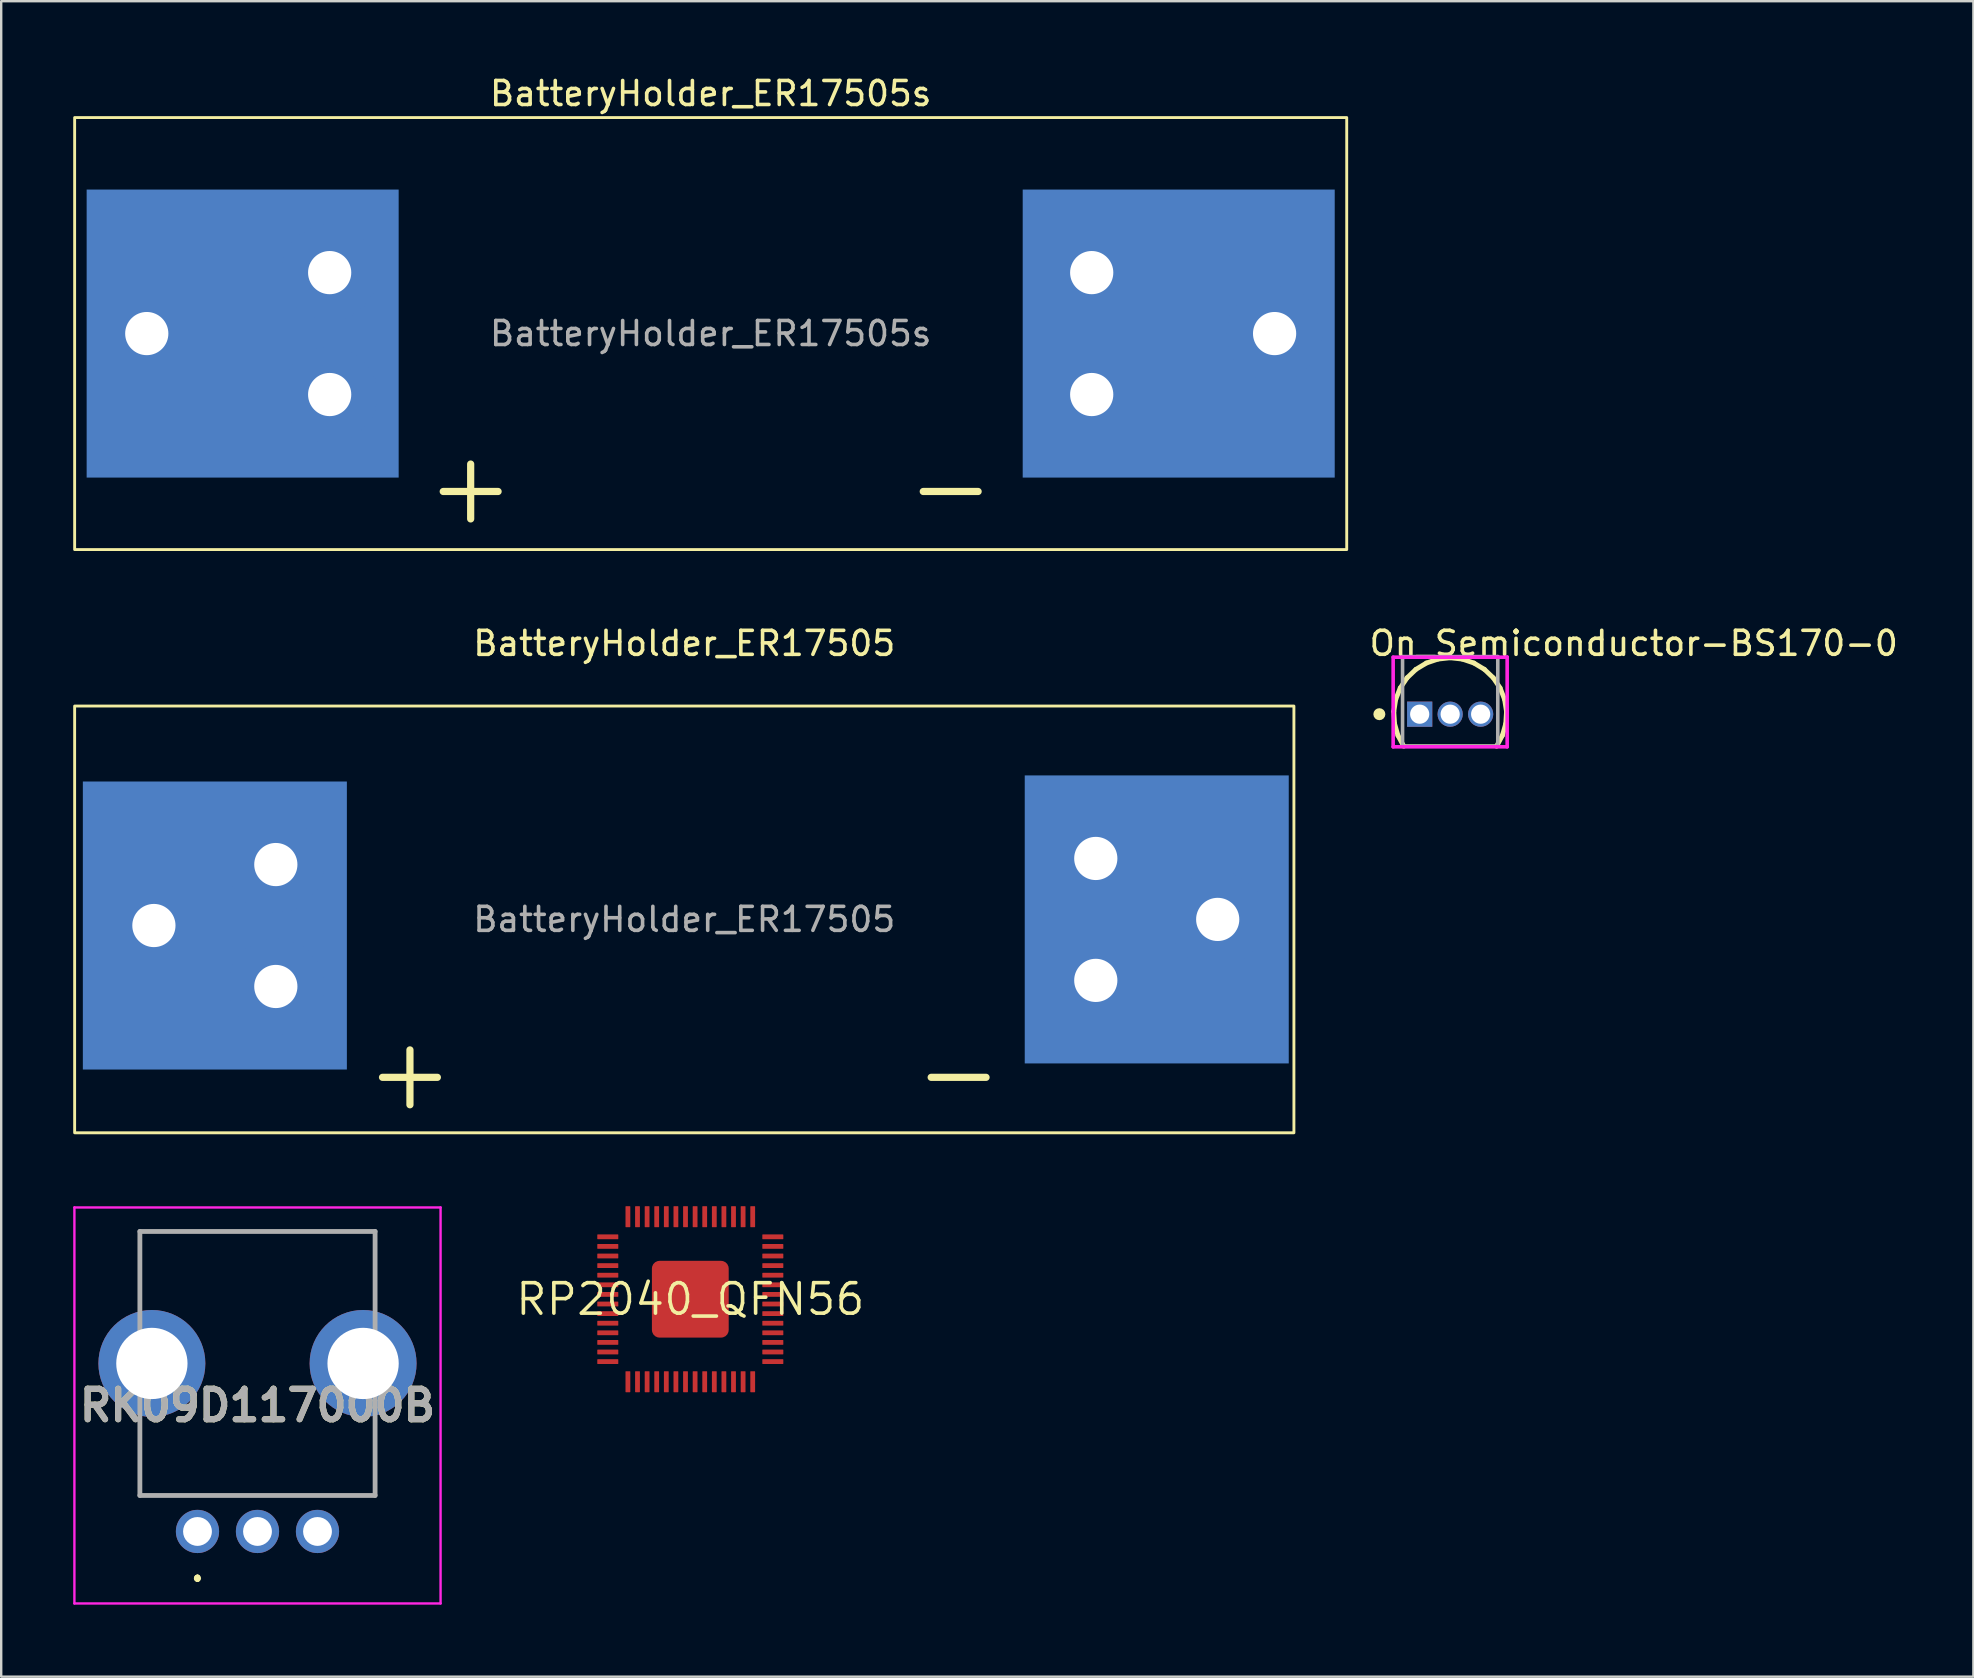
<source format=kicad_pcb>
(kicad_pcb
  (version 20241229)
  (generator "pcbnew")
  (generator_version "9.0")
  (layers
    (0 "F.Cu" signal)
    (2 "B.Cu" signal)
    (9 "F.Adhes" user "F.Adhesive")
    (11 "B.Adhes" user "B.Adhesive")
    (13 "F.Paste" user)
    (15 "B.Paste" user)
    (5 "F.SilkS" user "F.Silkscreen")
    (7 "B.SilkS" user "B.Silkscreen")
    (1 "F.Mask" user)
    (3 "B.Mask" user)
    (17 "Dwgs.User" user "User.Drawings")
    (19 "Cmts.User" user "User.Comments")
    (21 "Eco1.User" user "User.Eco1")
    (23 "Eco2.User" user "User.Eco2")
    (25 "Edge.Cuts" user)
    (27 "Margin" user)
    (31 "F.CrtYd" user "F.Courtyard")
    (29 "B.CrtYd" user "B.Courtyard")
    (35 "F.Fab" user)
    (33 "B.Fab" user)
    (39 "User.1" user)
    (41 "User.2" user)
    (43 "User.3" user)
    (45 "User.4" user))
  (footprint "On_Semiconductor-BS170-0"
    (layer "F.Cu")
    (at 57.37 26.706)
    (property "Reference" "On_Semiconductor-BS170-0" (at -3.45 -2.95 0) (layer "F.SilkS") (effects (font (size 1 1) (thickness 0.15)) (justify left)))
    (attr through_hole)
    (fp_line (start -2.347 -0.113) (end -2.316 0.396) (stroke (width 0.2) (type solid)) (layer "F.SilkS"))
    (fp_line (start -2.316 0.396) (end -2.176 0.887) (stroke (width 0.2) (type solid)) (layer "F.SilkS"))
    (fp_line (start -2.268 -0.617) (end -2.347 -0.113) (stroke (width 0.2) (type solid)) (layer "F.SilkS"))
    (fp_line (start -2.176 0.887) (end -1.934 1.335) (stroke (width 0.2) (type solid)) (layer "F.SilkS"))
    (fp_line (start -2.081 -1.092) (end -2.268 -0.617) (stroke (width 0.2) (type solid)) (layer "F.SilkS"))
    (fp_line (start -1.934 1.335) (end 1.934 1.335) (stroke (width 0.15) (type solid)) (layer "F.SilkS"))
    (fp_line (start -1.796 -1.515) (end -2.081 -1.092) (stroke (width 0.2) (type solid)) (layer "F.SilkS"))
    (fp_line (start -1.427 -1.867) (end -1.796 -1.515) (stroke (width 0.2) (type solid)) (layer "F.SilkS"))
    (fp_line (start -0.991 -2.131) (end -1.427 -1.867) (stroke (width 0.2) (type solid)) (layer "F.SilkS"))
    (fp_line (start -0.507 -2.295) (end -0.991 -2.131) (stroke (width 0.2) (type solid)) (layer "F.SilkS"))
    (fp_line (start -0.000192 -2.35) (end -0.507 -2.295) (stroke (width 0.2) (type solid)) (layer "F.SilkS"))
    (fp_line (start 0.507 -2.295) (end -0.000192 -2.35) (stroke (width 0.2) (type solid)) (layer "F.SilkS"))
    (fp_line (start 0.99 -2.131) (end 0.507 -2.295) (stroke (width 0.2) (type solid)) (layer "F.SilkS"))
    (fp_line (start 1.427 -1.867) (end 0.99 -2.131) (stroke (width 0.2) (type solid)) (layer "F.SilkS"))
    (fp_line (start 1.796 -1.515) (end 1.427 -1.867) (stroke (width 0.2) (type solid)) (layer "F.SilkS"))
    (fp_line (start 1.934 1.335) (end 2.176 0.886) (stroke (width 0.2) (type solid)) (layer "F.SilkS"))
    (fp_line (start 2.081 -1.092) (end 1.796 -1.515) (stroke (width 0.2) (type solid)) (layer "F.SilkS"))
    (fp_line (start 2.176 0.886) (end 2.316 0.396) (stroke (width 0.2) (type solid)) (layer "F.SilkS"))
    (fp_line (start 2.267 -0.617) (end 2.081 -1.092) (stroke (width 0.2) (type solid)) (layer "F.SilkS"))
    (fp_line (start 2.316 0.396) (end 2.347 -0.113) (stroke (width 0.2) (type solid)) (layer "F.SilkS"))
    (fp_line (start 2.347 -0.113) (end 2.267 -0.617) (stroke (width 0.2) (type solid)) (layer "F.SilkS"))
    (fp_circle (center -2.95 0) (end -2.825 0) (stroke (width 0.25) (type solid)) (fill no) (layer "F.SilkS"))
    (fp_line (start -2.375 -2.375) (end -2.375 1.36) (stroke (width 0.15) (type solid)) (layer "F.CrtYd"))
    (fp_line (start -2.375 1.36) (end 2.375 1.36) (stroke (width 0.15) (type solid)) (layer "F.CrtYd"))
    (fp_line (start 2.375 -2.375) (end -2.375 -2.375) (stroke (width 0.15) (type solid)) (layer "F.CrtYd"))
    (fp_line (start 2.375 -2.375) (end 2.375 -2.375) (stroke (width 0.15) (type solid)) (layer "F.CrtYd"))
    (fp_line (start 2.375 1.36) (end 2.375 -2.375) (stroke (width 0.15) (type solid)) (layer "F.CrtYd"))
    (fp_line (start -1.984 -2.4) (end 1.984 -2.4) (stroke (width 0.15) (type solid)) (layer "F.Fab"))
    (fp_line (start -1.984 1.335) (end -1.984 -2.4) (stroke (width 0.15) (type solid)) (layer "F.Fab"))
    (fp_line (start 1.984 -2.4) (end 1.984 1.335) (stroke (width 0.15) (type solid)) (layer "F.Fab"))
    (fp_line (start 1.984 1.335) (end -1.984 1.335) (stroke (width 0.15) (type solid)) (layer "F.Fab"))
    (pad "1" thru_hole rect (at -1.27 0 180) (size 1.05 1.05) (drill 0.8) (layers "*.Cu" "*.Mask"))
    (pad "2" thru_hole circle (at 0 0 180) (size 1.05 1.05) (drill 0.8) (layers "*.Cu" "*.Mask"))
    (pad "3" thru_hole circle (at 1.27 0 180) (size 1.05 1.05) (drill 0.8) (layers "*.Cu" "*.Mask")))
  (footprint "RP2040_QFN56"
    (layer "F.Cu")
    (at 25.711 51.081)
    (property "Reference" "RP2040_QFN56" (at 0 0 0) (layer "F.SilkS") (effects (font (size 1.27 1.27) (thickness 0.15))))
    (pad "1" smd roundrect (at -3.438 -2.6) (size 0.875 0.2) (layers "F.Cu" "F.Mask" "F.Paste") (roundrect_rratio 0.1))
    (pad "2" smd roundrect (at -3.438 -2.2) (size 0.875 0.2) (layers "F.Cu" "F.Mask" "F.Paste") (roundrect_rratio 0.1))
    (pad "3" smd roundrect (at -3.438 -1.8) (size 0.875 0.2) (layers "F.Cu" "F.Mask" "F.Paste") (roundrect_rratio 0.1))
    (pad "4" smd roundrect (at -3.438 -1.4) (size 0.875 0.2) (layers "F.Cu" "F.Mask" "F.Paste") (roundrect_rratio 0.1))
    (pad "5" smd roundrect (at -3.438 -1) (size 0.875 0.2) (layers "F.Cu" "F.Mask" "F.Paste") (roundrect_rratio 0.1))
    (pad "6" smd roundrect (at -3.438 -0.6) (size 0.875 0.2) (layers "F.Cu" "F.Mask" "F.Paste") (roundrect_rratio 0.1))
    (pad "7" smd roundrect (at -3.438 -0.2) (size 0.875 0.2) (layers "F.Cu" "F.Mask" "F.Paste") (roundrect_rratio 0.1))
    (pad "8" smd roundrect (at -3.438 0.2) (size 0.875 0.2) (layers "F.Cu" "F.Mask" "F.Paste") (roundrect_rratio 0.1))
    (pad "9" smd roundrect (at -3.438 0.6) (size 0.875 0.2) (layers "F.Cu" "F.Mask" "F.Paste") (roundrect_rratio 0.1))
    (pad "10" smd roundrect (at -3.438 1) (size 0.875 0.2) (layers "F.Cu" "F.Mask" "F.Paste") (roundrect_rratio 0.1))
    (pad "11" smd roundrect (at -3.438 1.4) (size 0.875 0.2) (layers "F.Cu" "F.Mask" "F.Paste") (roundrect_rratio 0.1))
    (pad "12" smd roundrect (at -3.438 1.8) (size 0.875 0.2) (layers "F.Cu" "F.Mask" "F.Paste") (roundrect_rratio 0.1))
    (pad "13" smd roundrect (at -3.438 2.2) (size 0.875 0.2) (layers "F.Cu" "F.Mask" "F.Paste") (roundrect_rratio 0.1))
    (pad "14" smd roundrect (at -3.438 2.6) (size 0.875 0.2) (layers "F.Cu" "F.Mask" "F.Paste") (roundrect_rratio 0.1))
    (pad "15" smd roundrect (at -2.6 3.438 90) (size 0.875 0.2) (layers "F.Cu" "F.Mask" "F.Paste") (roundrect_rratio 0.1))
    (pad "16" smd roundrect (at -2.2 3.438 90) (size 0.875 0.2) (layers "F.Cu" "F.Mask" "F.Paste") (roundrect_rratio 0.1))
    (pad "17" smd roundrect (at -1.8 3.438 90) (size 0.875 0.2) (layers "F.Cu" "F.Mask" "F.Paste") (roundrect_rratio 0.1))
    (pad "18" smd roundrect (at -1.4 3.438 90) (size 0.875 0.2) (layers "F.Cu" "F.Mask" "F.Paste") (roundrect_rratio 0.1))
    (pad "19" smd roundrect (at -1 3.438 90) (size 0.875 0.2) (layers "F.Cu" "F.Mask" "F.Paste") (roundrect_rratio 0.1))
    (pad "20" smd roundrect (at -0.6 3.438 90) (size 0.875 0.2) (layers "F.Cu" "F.Mask" "F.Paste") (roundrect_rratio 0.1))
    (pad "21" smd roundrect (at -0.2 3.438 90) (size 0.875 0.2) (layers "F.Cu" "F.Mask" "F.Paste") (roundrect_rratio 0.1))
    (pad "22" smd roundrect (at 0.2 3.438 90) (size 0.875 0.2) (layers "F.Cu" "F.Mask" "F.Paste") (roundrect_rratio 0.1))
    (pad "23" smd roundrect (at 0.6 3.438 90) (size 0.875 0.2) (layers "F.Cu" "F.Mask" "F.Paste") (roundrect_rratio 0.1))
    (pad "24" smd roundrect (at 1 3.438 90) (size 0.875 0.2) (layers "F.Cu" "F.Mask" "F.Paste") (roundrect_rratio 0.1))
    (pad "25" smd roundrect (at 1.4 3.438 90) (size 0.875 0.2) (layers "F.Cu" "F.Mask" "F.Paste") (roundrect_rratio 0.1))
    (pad "26" smd roundrect (at 1.8 3.438 90) (size 0.875 0.2) (layers "F.Cu" "F.Mask" "F.Paste") (roundrect_rratio 0.1))
    (pad "27" smd roundrect (at 2.2 3.438 90) (size 0.875 0.2) (layers "F.Cu" "F.Mask" "F.Paste") (roundrect_rratio 0.1))
    (pad "28" smd roundrect (at 2.6 3.438 90) (size 0.875 0.2) (layers "F.Cu" "F.Mask" "F.Paste") (roundrect_rratio 0.1))
    (pad "29" smd roundrect (at 3.438 2.6 180) (size 0.875 0.2) (layers "F.Cu" "F.Mask" "F.Paste") (roundrect_rratio 0.1))
    (pad "30" smd roundrect (at 3.438 2.2 180) (size 0.875 0.2) (layers "F.Cu" "F.Mask" "F.Paste") (roundrect_rratio 0.1))
    (pad "31" smd roundrect (at 3.438 1.8 180) (size 0.875 0.2) (layers "F.Cu" "F.Mask" "F.Paste") (roundrect_rratio 0.1))
    (pad "32" smd roundrect (at 3.438 1.4 180) (size 0.875 0.2) (layers "F.Cu" "F.Mask" "F.Paste") (roundrect_rratio 0.1))
    (pad "33" smd roundrect (at 3.438 1 180) (size 0.875 0.2) (layers "F.Cu" "F.Mask" "F.Paste") (roundrect_rratio 0.1))
    (pad "34" smd roundrect (at 3.438 0.6 180) (size 0.875 0.2) (layers "F.Cu" "F.Mask" "F.Paste") (roundrect_rratio 0.1))
    (pad "35" smd roundrect (at 3.438 0.2 180) (size 0.875 0.2) (layers "F.Cu" "F.Mask" "F.Paste") (roundrect_rratio 0.1))
    (pad "36" smd roundrect (at 3.438 -0.2 180) (size 0.875 0.2) (layers "F.Cu" "F.Mask" "F.Paste") (roundrect_rratio 0.1))
    (pad "37" smd roundrect (at 3.438 -0.6 180) (size 0.875 0.2) (layers "F.Cu" "F.Mask" "F.Paste") (roundrect_rratio 0.1))
    (pad "38" smd roundrect (at 3.438 -1 180) (size 0.875 0.2) (layers "F.Cu" "F.Mask" "F.Paste") (roundrect_rratio 0.1))
    (pad "39" smd roundrect (at 3.438 -1.4 180) (size 0.875 0.2) (layers "F.Cu" "F.Mask" "F.Paste") (roundrect_rratio 0.1))
    (pad "40" smd roundrect (at 3.438 -1.8 180) (size 0.875 0.2) (layers "F.Cu" "F.Mask" "F.Paste") (roundrect_rratio 0.1))
    (pad "41" smd roundrect (at 3.438 -2.2 180) (size 0.875 0.2) (layers "F.Cu" "F.Mask" "F.Paste") (roundrect_rratio 0.1))
    (pad "42" smd roundrect (at 3.438 -2.6 180) (size 0.875 0.2) (layers "F.Cu" "F.Mask" "F.Paste") (roundrect_rratio 0.1))
    (pad "43" smd roundrect (at 2.6 -3.438 270) (size 0.875 0.2) (layers "F.Cu" "F.Mask" "F.Paste") (roundrect_rratio 0.1))
    (pad "44" smd roundrect (at 2.2 -3.438 270) (size 0.875 0.2) (layers "F.Cu" "F.Mask" "F.Paste") (roundrect_rratio 0.1))
    (pad "45" smd roundrect (at 1.8 -3.438 270) (size 0.875 0.2) (layers "F.Cu" "F.Mask" "F.Paste") (roundrect_rratio 0.1))
    (pad "46" smd roundrect (at 1.4 -3.438 270) (size 0.875 0.2) (layers "F.Cu" "F.Mask" "F.Paste") (roundrect_rratio 0.1))
    (pad "47" smd roundrect (at 1 -3.438 270) (size 0.875 0.2) (layers "F.Cu" "F.Mask" "F.Paste") (roundrect_rratio 0.1))
    (pad "48" smd roundrect (at 0.6 -3.438 270) (size 0.875 0.2) (layers "F.Cu" "F.Mask" "F.Paste") (roundrect_rratio 0.1))
    (pad "49" smd roundrect (at 0.2 -3.438 270) (size 0.875 0.2) (layers "F.Cu" "F.Mask" "F.Paste") (roundrect_rratio 0.1))
    (pad "50" smd roundrect (at -0.2 -3.438 270) (size 0.875 0.2) (layers "F.Cu" "F.Mask" "F.Paste") (roundrect_rratio 0.1))
    (pad "51" smd roundrect (at -0.6 -3.438 270) (size 0.875 0.2) (layers "F.Cu" "F.Mask" "F.Paste") (roundrect_rratio 0.1))
    (pad "52" smd roundrect (at -1 -3.438 270) (size 0.875 0.2) (layers "F.Cu" "F.Mask" "F.Paste") (roundrect_rratio 0.1))
    (pad "53" smd roundrect (at -1.4 -3.438 270) (size 0.875 0.2) (layers "F.Cu" "F.Mask" "F.Paste") (roundrect_rratio 0.1))
    (pad "54" smd roundrect (at -1.8 -3.438 270) (size 0.875 0.2) (layers "F.Cu" "F.Mask" "F.Paste") (roundrect_rratio 0.1))
    (pad "55" smd roundrect (at -2.2 -3.438 270) (size 0.875 0.2) (layers "F.Cu" "F.Mask" "F.Paste") (roundrect_rratio 0.1))
    (pad "56" smd roundrect (at -2.6 -3.438 270) (size 0.875 0.2) (layers "F.Cu" "F.Mask" "F.Paste") (roundrect_rratio 0.1))
    (pad "57" smd roundrect (at 0 0 270) (size 3.2 3.2) (layers "F.Cu" "F.Mask" "F.Paste") (roundrect_rratio 0.1)))
  (footprint "BatteryHolder_ER17505"
    (layer "F.Cu")
    (at 25.46 35.257)
    (property "Reference" "BatteryHolder_ER17505" (at 0 -11.5 0) (layer "F.SilkS") (effects (font (size 1 1) (thickness 0.15))))
    (attr smd)
    (fp_rect (start -25.4 -8.89) (end 25.4 8.89) (stroke (width 0.12) (type solid)) (fill no) (layer "F.SilkS"))
    (fp_text user "-" (at 11.43 6.35 0) (unlocked yes) (layer "F.SilkS") (effects (font (size 3 3) (thickness 0.3))))
    (fp_text user "+" (at -11.43 6.35 0) (unlocked yes) (layer "F.SilkS") (effects (font (size 3 3) (thickness 0.3))))
    (fp_text user "${REFERENCE}" (at 0 0 0) (layer "F.Fab") (effects (font (size 1 1) (thickness 0.15))))
    (pad "1" thru_hole circle (at -22.098 0.254) (size 4 4) (drill 1.8) (layers "*.Cu" "*.Mask"))
    (pad "1" smd rect (at -19.558 0.254) (size 11 12) (layers "F.Mask" "B.Cu" "F.Paste"))
    (pad "1" thru_hole circle (at -17.018 -2.286) (size 4 4) (drill 1.8) (layers "*.Cu" "*.Mask"))
    (pad "1" thru_hole circle (at -17.018 2.794) (size 4 4) (drill 1.8) (layers "*.Cu" "*.Mask"))
    (pad "2" thru_hole circle (at 17.145 -2.54) (size 4 4) (drill 1.8) (layers "*.Cu" "*.Mask"))
    (pad "2" thru_hole circle (at 17.145 2.54) (size 4 4) (drill 1.8) (layers "*.Cu" "*.Mask"))
    (pad "2" smd rect (at 19.685 0) (size 11 12) (layers "F.Mask" "B.Cu" "F.Paste"))
    (pad "2" thru_hole circle (at 22.225 0) (size 4 4) (drill 1.8) (layers "*.Cu" "*.Mask")))
  (footprint "BatteryHolder_ER17505s"
    (layer "F.Cu")
    (at 26.56 10.848)
    (property "Reference" "BatteryHolder_ER17505s" (at 0 -10 0) (layer "F.SilkS") (effects (font (size 1 1) (thickness 0.15))))
    (attr smd)
    (fp_rect (start -26.5 -9) (end 26.5 9) (stroke (width 0.12) (type solid)) (fill no) (layer "F.SilkS"))
    (fp_text user "-" (at 10 6.35 0) (unlocked yes) (layer "F.SilkS") (effects (font (size 3 3) (thickness 0.3))))
    (fp_text user "+" (at -10 6.35 0) (unlocked yes) (layer "F.SilkS") (effects (font (size 3 3) (thickness 0.3))))
    (fp_text user "${REFERENCE}" (at 0 0 0) (layer "F.Fab") (effects (font (size 1 1) (thickness 0.15))))
    (pad "1" thru_hole circle (at -23.495 0) (size 4 4) (drill 1.8) (layers "*.Cu" "*.Mask"))
    (pad "1" smd rect (at -19.5 0) (size 13 12) (layers "F.Mask" "B.Cu" "F.Paste"))
    (pad "1" thru_hole circle (at -15.875 -2.54) (size 4 4) (drill 1.8) (layers "*.Cu" "*.Mask"))
    (pad "1" thru_hole circle (at -15.875 2.54) (size 4 4) (drill 1.8) (layers "*.Cu" "*.Mask"))
    (pad "2" thru_hole circle (at 15.875 -2.54) (size 4 4) (drill 1.8) (layers "*.Cu" "*.Mask"))
    (pad "2" thru_hole circle (at 15.875 2.54) (size 4 4) (drill 1.8) (layers "*.Cu" "*.Mask"))
    (pad "2" smd rect (at 19.5 0) (size 13 12) (layers "F.Mask" "B.Cu" "F.Paste"))
    (pad "2" thru_hole circle (at 23.495 0) (size 4 4) (drill 1.8) (layers "*.Cu" "*.Mask")))
  (footprint "RK09D117000B"
    (layer "F.Cu")
    (at 5.178 60.757)
    (property "Reference" "RK09D117000B" (at 2.5 -5.25 0) (layer "F.SilkS") (effects (font (size 1.27 1.27) (thickness 0.254))))
    (attr through_hole)
    (fp_line (start -2.4 -12.5) (end 7.4 -12.5) (stroke (width 0.1) (type solid)) (layer "F.SilkS"))
    (fp_line (start -2.4 -9.5) (end -2.4 -12.5) (stroke (width 0.1) (type solid)) (layer "F.SilkS"))
    (fp_line (start -2.4 -4.25) (end -2.4 -1.5) (stroke (width 0.1) (type solid)) (layer "F.SilkS"))
    (fp_line (start -2.4 -1.5) (end 7.4 -1.5) (stroke (width 0.1) (type solid)) (layer "F.SilkS"))
    (fp_line (start 0 1.9) (end 0 1.9) (stroke (width 0.2) (type solid)) (layer "F.SilkS"))
    (fp_line (start 0 1.9) (end 0 1.9) (stroke (width 0.2) (type solid)) (layer "F.SilkS"))
    (fp_line (start 0 2) (end 0 2) (stroke (width 0.2) (type solid)) (layer "F.SilkS"))
    (fp_line (start 7.4 -12.5) (end 7.4 -9.5) (stroke (width 0.1) (type solid)) (layer "F.SilkS"))
    (fp_line (start 7.4 -1.5) (end 7.4 -4.25) (stroke (width 0.1) (type solid)) (layer "F.SilkS"))
    (fp_arc (start 0 1.9) (mid 0.05 1.95) (end 0 2) (stroke (width 0.2) (type solid)) (layer "F.SilkS"))
    (fp_arc (start 0 2) (mid -0.05 1.95) (end 0 1.9) (stroke (width 0.2) (type solid)) (layer "F.SilkS"))
    (fp_arc (start 0 2) (mid -0.05 1.95) (end 0 1.9) (stroke (width 0.2) (type solid)) (layer "F.SilkS"))
    (fp_line (start -5.128 -13.5) (end 10.128 -13.5) (stroke (width 0.1) (type solid)) (layer "F.CrtYd"))
    (fp_line (start -5.128 3) (end -5.128 -13.5) (stroke (width 0.1) (type solid)) (layer "F.CrtYd"))
    (fp_line (start 10.128 -13.5) (end 10.128 3) (stroke (width 0.1) (type solid)) (layer "F.CrtYd"))
    (fp_line (start 10.128 3) (end -5.128 3) (stroke (width 0.1) (type solid)) (layer "F.CrtYd"))
    (fp_line (start -2.4 -12.5) (end -2.4 -1.5) (stroke (width 0.2) (type solid)) (layer "F.Fab"))
    (fp_line (start -2.4 -1.5) (end 7.4 -1.5) (stroke (width 0.2) (type solid)) (layer "F.Fab"))
    (fp_line (start 7.4 -12.5) (end -2.4 -12.5) (stroke (width 0.2) (type solid)) (layer "F.Fab"))
    (fp_line (start 7.4 -1.5) (end 7.4 -12.5) (stroke (width 0.2) (type solid)) (layer "F.Fab"))
    (fp_text user "${REFERENCE}" (at 2.5 -5.25 0) (layer "F.Fab") (effects (font (size 1.27 1.27) (thickness 0.254))))
    (pad "1" thru_hole circle (at 0 0) (size 1.8 1.8) (drill 1.2) (layers "*.Cu" "*.Mask"))
    (pad "2" thru_hole circle (at 2.5 0) (size 1.8 1.8) (drill 1.2) (layers "*.Cu" "*.Mask"))
    (pad "3" thru_hole circle (at 5 0) (size 1.8 1.8) (drill 1.2) (layers "*.Cu" "*.Mask"))
    (pad "MH1" thru_hole circle (at -1.9 -7) (size 4.455 4.455) (drill 2.97) (layers "*.Cu" "*.Mask"))
    (pad "MH2" thru_hole circle (at 6.9 -7) (size 4.455 4.455) (drill 2.97) (layers "*.Cu" "*.Mask")))
  (gr_rect
    (start -3 -3)
    (end 79.17 66.806)
    (stroke (width 0.1) (type default))
    (fill no)
    (layer "Edge.Cuts")))
</source>
